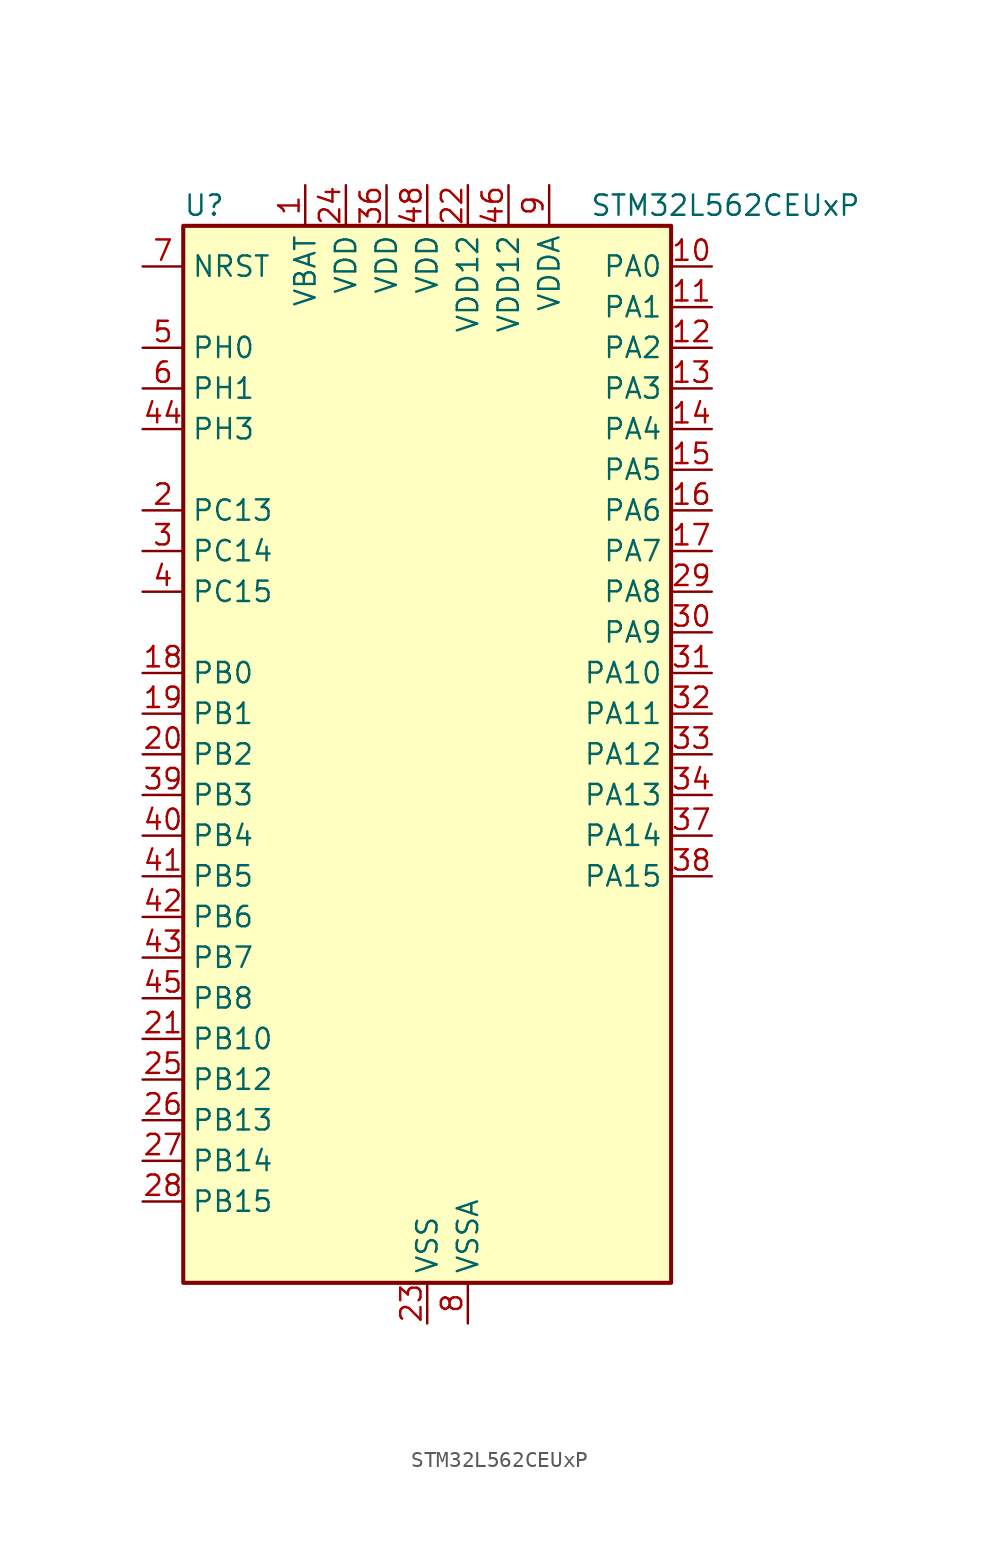
<source format=kicad_sym>
(kicad_symbol_lib
  (version 20220914)
  (generator kicad_symbol_editor)
  (symbol "STM32L562CEUxP"
    (property "Reference" "U"
      (at -15.24 34.29 0)
      (effects (font (size 1.27 1.27)) (justify left)))
    (property "Value" "STM32L562CEUxP"
      (at 10.16 34.29 0)
      (effects (font (size 1.27 1.27)) (justify left)))
    (property "ki_locked" ""
      (at 0 0 0)
      (effects (font (size 1.27 1.27))))
    (symbol "STM32L562CEUxP_0_1"
      (rectangle (start -15.24 -33.02) (end 15.24 33.02) (stroke (width 0.254) (type default)) (fill (type background))))
    (symbol "STM32L562CEUxP_1_1"
      (pin power_in line (at -7.62 35.56 270) (length 2.54) (name "VBAT" (effects (font (size 1.27 1.27)))) (number "1" (effects (font (size 1.27 1.27)))))
      (pin bidirectional line (at 17.78 30.48 180) (length 2.54) (name "PA0" (effects (font (size 1.27 1.27)))) (number "10" (effects (font (size 1.27 1.27)))) (alternate "ADC1_IN5" bidirectional line) (alternate "ADC2_IN5" bidirectional line) (alternate "OPAMP1_VINP" bidirectional line) (alternate "PWR_WKUP1" bidirectional line) (alternate "SAI1_EXTCLK" bidirectional line) (alternate "TAMP_IN2" bidirectional line) (alternate "TAMP_OUT1" bidirectional line) (alternate "TIM2_CH1" bidirectional line) (alternate "TIM2_ETR" bidirectional line) (alternate "TIM5_CH1" bidirectional line) (alternate "TIM8_ETR" bidirectional line) (alternate "UART4_TX" bidirectional line) (alternate "USART2_CTS" bidirectional line) (alternate "USART2_NSS" bidirectional line))
      (pin bidirectional line (at 17.78 27.94 180) (length 2.54) (name "PA1" (effects (font (size 1.27 1.27)))) (number "11" (effects (font (size 1.27 1.27)))) (alternate "ADC1_IN6" bidirectional line) (alternate "ADC2_IN6" bidirectional line) (alternate "I2C1_SMBA" bidirectional line) (alternate "OCTOSPI1_DQS" bidirectional line) (alternate "OPAMP1_VINM" bidirectional line) (alternate "SPI1_SCK" bidirectional line) (alternate "TAMP_IN5" bidirectional line) (alternate "TAMP_OUT4" bidirectional line) (alternate "TIM15_CH1N" bidirectional line) (alternate "TIM2_CH2" bidirectional line) (alternate "TIM5_CH2" bidirectional line) (alternate "UART4_RX" bidirectional line) (alternate "USART2_DE" bidirectional line) (alternate "USART2_RTS" bidirectional line))
      (pin bidirectional line (at 17.78 25.4 180) (length 2.54) (name "PA2" (effects (font (size 1.27 1.27)))) (number "12" (effects (font (size 1.27 1.27)))) (alternate "ADC1_IN7" bidirectional line) (alternate "ADC2_IN7" bidirectional line) (alternate "COMP1_INP" bidirectional line) (alternate "LPUART1_TX" bidirectional line) (alternate "OCTOSPI1_NCS" bidirectional line) (alternate "PWR_WKUP4" bidirectional line) (alternate "RCC_LSCO" bidirectional line) (alternate "SAI2_EXTCLK" bidirectional line) (alternate "TIM15_CH1" bidirectional line) (alternate "TIM2_CH3" bidirectional line) (alternate "TIM5_CH3" bidirectional line) (alternate "UCPD1_FRSTX1" bidirectional line) (alternate "USART2_TX" bidirectional line))
      (pin bidirectional line (at 17.78 22.86 180) (length 2.54) (name "PA3" (effects (font (size 1.27 1.27)))) (number "13" (effects (font (size 1.27 1.27)))) (alternate "ADC1_IN8" bidirectional line) (alternate "ADC2_IN8" bidirectional line) (alternate "LPUART1_RX" bidirectional line) (alternate "OCTOSPI1_CLK" bidirectional line) (alternate "OPAMP1_VOUT" bidirectional line) (alternate "SAI1_CK1" bidirectional line) (alternate "SAI1_MCLK_A" bidirectional line) (alternate "TIM15_CH2" bidirectional line) (alternate "TIM2_CH4" bidirectional line) (alternate "TIM5_CH4" bidirectional line) (alternate "USART2_RX" bidirectional line))
      (pin bidirectional line (at 17.78 20.32 180) (length 2.54) (name "PA4" (effects (font (size 1.27 1.27)))) (number "14" (effects (font (size 1.27 1.27)))) (alternate "ADC1_IN9" bidirectional line) (alternate "ADC2_IN9" bidirectional line) (alternate "DAC1_OUT1" bidirectional line) (alternate "LPTIM2_OUT" bidirectional line) (alternate "OCTOSPI1_NCS" bidirectional line) (alternate "SAI1_FS_B" bidirectional line) (alternate "SPI1_NSS" bidirectional line) (alternate "SPI3_NSS" bidirectional line) (alternate "USART2_CK" bidirectional line))
      (pin bidirectional line (at 17.78 17.78 180) (length 2.54) (name "PA5" (effects (font (size 1.27 1.27)))) (number "15" (effects (font (size 1.27 1.27)))) (alternate "ADC1_IN10" bidirectional line) (alternate "ADC2_IN10" bidirectional line) (alternate "DAC1_OUT2" bidirectional line) (alternate "LPTIM2_ETR" bidirectional line) (alternate "SPI1_SCK" bidirectional line) (alternate "TIM2_CH1" bidirectional line) (alternate "TIM2_ETR" bidirectional line) (alternate "TIM8_CH1N" bidirectional line))
      (pin bidirectional line (at 17.78 15.24 180) (length 2.54) (name "PA6" (effects (font (size 1.27 1.27)))) (number "16" (effects (font (size 1.27 1.27)))) (alternate "ADC1_IN11" bidirectional line) (alternate "ADC2_IN11" bidirectional line) (alternate "LPUART1_CTS" bidirectional line) (alternate "OCTOSPI1_IO3" bidirectional line) (alternate "OPAMP2_VINP" bidirectional line) (alternate "SPI1_MISO" bidirectional line) (alternate "TIM16_CH1" bidirectional line) (alternate "TIM1_BKIN" bidirectional line) (alternate "TIM3_CH1" bidirectional line) (alternate "TIM8_BKIN" bidirectional line) (alternate "USART3_CTS" bidirectional line) (alternate "USART3_NSS" bidirectional line))
      (pin bidirectional line (at 17.78 12.7 180) (length 2.54) (name "PA7" (effects (font (size 1.27 1.27)))) (number "17" (effects (font (size 1.27 1.27)))) (alternate "ADC1_IN12" bidirectional line) (alternate "ADC2_IN12" bidirectional line) (alternate "I2C3_SCL" bidirectional line) (alternate "OCTOSPI1_IO2" bidirectional line) (alternate "OPAMP2_VINM" bidirectional line) (alternate "SPI1_MOSI" bidirectional line) (alternate "TIM17_CH1" bidirectional line) (alternate "TIM1_CH1N" bidirectional line) (alternate "TIM3_CH2" bidirectional line) (alternate "TIM8_CH1N" bidirectional line))
      (pin bidirectional line (at -17.78 5.08 0) (length 2.54) (name "PB0" (effects (font (size 1.27 1.27)))) (number "18" (effects (font (size 1.27 1.27)))) (alternate "ADC1_IN15" bidirectional line) (alternate "ADC2_IN15" bidirectional line) (alternate "COMP1_OUT" bidirectional line) (alternate "OCTOSPI1_IO1" bidirectional line) (alternate "OPAMP2_VOUT" bidirectional line) (alternate "SAI1_EXTCLK" bidirectional line) (alternate "SPI1_NSS" bidirectional line) (alternate "TIM1_CH2N" bidirectional line) (alternate "TIM3_CH3" bidirectional line) (alternate "TIM8_CH2N" bidirectional line) (alternate "USART3_CK" bidirectional line))
      (pin bidirectional line (at -17.78 2.54 0) (length 2.54) (name "PB1" (effects (font (size 1.27 1.27)))) (number "19" (effects (font (size 1.27 1.27)))) (alternate "ADC1_IN16" bidirectional line) (alternate "ADC2_IN16" bidirectional line) (alternate "COMP1_INM" bidirectional line) (alternate "DFSDM1_DATIN0" bidirectional line) (alternate "LPTIM2_IN1" bidirectional line) (alternate "LPUART1_DE" bidirectional line) (alternate "LPUART1_RTS" bidirectional line) (alternate "OCTOSPI1_IO0" bidirectional line) (alternate "TIM1_CH3N" bidirectional line) (alternate "TIM3_CH4" bidirectional line) (alternate "TIM8_CH3N" bidirectional line) (alternate "USART3_DE" bidirectional line) (alternate "USART3_RTS" bidirectional line))
      (pin bidirectional line (at -17.78 15.24 0) (length 2.54) (name "PC13" (effects (font (size 1.27 1.27)))) (number "2" (effects (font (size 1.27 1.27)))) (alternate "PWR_WKUP2" bidirectional line) (alternate "RTC_OUT1" bidirectional line) (alternate "RTC_TS" bidirectional line) (alternate "TAMP_IN1" bidirectional line) (alternate "TAMP_OUT2" bidirectional line))
      (pin bidirectional line (at -17.78 0 0) (length 2.54) (name "PB2" (effects (font (size 1.27 1.27)))) (number "20" (effects (font (size 1.27 1.27)))) (alternate "COMP1_INP" bidirectional line) (alternate "DFSDM1_CKIN0" bidirectional line) (alternate "I2C3_SMBA" bidirectional line) (alternate "LPTIM1_OUT" bidirectional line) (alternate "OCTOSPI1_DQS" bidirectional line) (alternate "RTC_OUT2" bidirectional line) (alternate "UCPD1_FRSTX1" bidirectional line))
      (pin bidirectional line (at -17.78 -17.78 0) (length 2.54) (name "PB10" (effects (font (size 1.27 1.27)))) (number "21" (effects (font (size 1.27 1.27)))) (alternate "COMP1_OUT" bidirectional line) (alternate "I2C2_SCL" bidirectional line) (alternate "I2C4_SCL" bidirectional line) (alternate "LPTIM3_OUT" bidirectional line) (alternate "LPUART1_RX" bidirectional line) (alternate "OCTOSPI1_CLK" bidirectional line) (alternate "SAI1_SCK_A" bidirectional line) (alternate "SPI2_SCK" bidirectional line) (alternate "TIM2_CH3" bidirectional line) (alternate "TSC_SYNC" bidirectional line) (alternate "USART3_TX" bidirectional line))
      (pin power_in line (at 2.54 35.56 270) (length 2.54) (name "VDD12" (effects (font (size 1.27 1.27)))) (number "22" (effects (font (size 1.27 1.27)))))
      (pin power_in line (at 0 -35.56 90) (length 2.54) (name "VSS" (effects (font (size 1.27 1.27)))) (number "23" (effects (font (size 1.27 1.27)))))
      (pin power_in line (at -5.08 35.56 270) (length 2.54) (name "VDD" (effects (font (size 1.27 1.27)))) (number "24" (effects (font (size 1.27 1.27)))))
      (pin bidirectional line (at -17.78 -20.32 0) (length 2.54) (name "PB12" (effects (font (size 1.27 1.27)))) (number "25" (effects (font (size 1.27 1.27)))) (alternate "DFSDM1_DATIN1" bidirectional line) (alternate "I2C2_SMBA" bidirectional line) (alternate "LPUART1_DE" bidirectional line) (alternate "LPUART1_RTS" bidirectional line) (alternate "OCTOSPI1_NCLK" bidirectional line) (alternate "SAI2_FS_A" bidirectional line) (alternate "SPI2_NSS" bidirectional line) (alternate "TIM15_BKIN" bidirectional line) (alternate "TIM1_BKIN" bidirectional line) (alternate "TSC_G1_IO1" bidirectional line) (alternate "USART3_CK" bidirectional line))
      (pin bidirectional line (at -17.78 -22.86 0) (length 2.54) (name "PB13" (effects (font (size 1.27 1.27)))) (number "26" (effects (font (size 1.27 1.27)))) (alternate "DFSDM1_CKIN1" bidirectional line) (alternate "I2C2_SCL" bidirectional line) (alternate "LPTIM3_IN1" bidirectional line) (alternate "LPUART1_CTS" bidirectional line) (alternate "SAI2_SCK_A" bidirectional line) (alternate "SPI2_SCK" bidirectional line) (alternate "TIM15_CH1N" bidirectional line) (alternate "TIM1_CH1N" bidirectional line) (alternate "TSC_G1_IO2" bidirectional line) (alternate "UCPD1_FRSTX2" bidirectional line) (alternate "USART3_CTS" bidirectional line) (alternate "USART3_NSS" bidirectional line))
      (pin bidirectional line (at -17.78 -25.4 0) (length 2.54) (name "PB14" (effects (font (size 1.27 1.27)))) (number "27" (effects (font (size 1.27 1.27)))) (alternate "DFSDM1_DATIN2" bidirectional line) (alternate "I2C2_SDA" bidirectional line) (alternate "LPTIM3_ETR" bidirectional line) (alternate "SAI2_MCLK_A" bidirectional line) (alternate "SPI2_MISO" bidirectional line) (alternate "TIM15_CH1" bidirectional line) (alternate "TIM1_CH2N" bidirectional line) (alternate "TIM8_CH2N" bidirectional line) (alternate "TSC_G1_IO3" bidirectional line) (alternate "UCPD1_DBCC2" bidirectional line) (alternate "USART3_DE" bidirectional line) (alternate "USART3_RTS" bidirectional line))
      (pin bidirectional line (at -17.78 -27.94 0) (length 2.54) (name "PB15" (effects (font (size 1.27 1.27)))) (number "28" (effects (font (size 1.27 1.27)))) (alternate "ADC1_EXTI15" bidirectional line) (alternate "ADC2_EXTI15" bidirectional line) (alternate "DFSDM1_CKIN2" bidirectional line) (alternate "RTC_REFIN" bidirectional line) (alternate "SAI2_SD_A" bidirectional line) (alternate "SPI2_MOSI" bidirectional line) (alternate "TIM15_CH2" bidirectional line) (alternate "TIM1_CH3N" bidirectional line) (alternate "TIM8_CH3N" bidirectional line) (alternate "UCPD1_CC2" bidirectional line))
      (pin bidirectional line (at 17.78 10.16 180) (length 2.54) (name "PA8" (effects (font (size 1.27 1.27)))) (number "29" (effects (font (size 1.27 1.27)))) (alternate "LPTIM2_OUT" bidirectional line) (alternate "RCC_MCO" bidirectional line) (alternate "SAI1_CK2" bidirectional line) (alternate "SAI1_SCK_A" bidirectional line) (alternate "TIM1_CH1" bidirectional line) (alternate "USART1_CK" bidirectional line))
      (pin bidirectional line (at -17.78 12.7 0) (length 2.54) (name "PC14" (effects (font (size 1.27 1.27)))) (number "3" (effects (font (size 1.27 1.27)))) (alternate "RCC_OSC32_IN" bidirectional line))
      (pin bidirectional line (at 17.78 7.62 180) (length 2.54) (name "PA9" (effects (font (size 1.27 1.27)))) (number "30" (effects (font (size 1.27 1.27)))) (alternate "DAC1_EXTI9" bidirectional line) (alternate "SAI1_FS_A" bidirectional line) (alternate "SPI2_SCK" bidirectional line) (alternate "TIM15_BKIN" bidirectional line) (alternate "TIM1_CH2" bidirectional line) (alternate "USART1_TX" bidirectional line))
      (pin bidirectional line (at 17.78 5.08 180) (length 2.54) (name "PA10" (effects (font (size 1.27 1.27)))) (number "31" (effects (font (size 1.27 1.27)))) (alternate "CRS_SYNC" bidirectional line) (alternate "SAI1_D1" bidirectional line) (alternate "SAI1_SD_A" bidirectional line) (alternate "TIM17_BKIN" bidirectional line) (alternate "TIM1_CH3" bidirectional line) (alternate "USART1_RX" bidirectional line))
      (pin bidirectional line (at 17.78 2.54 180) (length 2.54) (name "PA11" (effects (font (size 1.27 1.27)))) (number "32" (effects (font (size 1.27 1.27)))) (alternate "ADC1_EXTI11" bidirectional line) (alternate "ADC2_EXTI11" bidirectional line) (alternate "FDCAN1_RX" bidirectional line) (alternate "SPI1_MISO" bidirectional line) (alternate "TIM1_BKIN2" bidirectional line) (alternate "TIM1_CH4" bidirectional line) (alternate "USART1_CTS" bidirectional line) (alternate "USART1_NSS" bidirectional line) (alternate "USB_DM" bidirectional line))
      (pin bidirectional line (at 17.78 0 180) (length 2.54) (name "PA12" (effects (font (size 1.27 1.27)))) (number "33" (effects (font (size 1.27 1.27)))) (alternate "FDCAN1_TX" bidirectional line) (alternate "SPI1_MOSI" bidirectional line) (alternate "TIM1_ETR" bidirectional line) (alternate "USART1_DE" bidirectional line) (alternate "USART1_RTS" bidirectional line) (alternate "USB_DP" bidirectional line))
      (pin bidirectional line (at 17.78 -2.54 180) (length 2.54) (name "PA13" (effects (font (size 1.27 1.27)))) (number "34" (effects (font (size 1.27 1.27)))) (alternate "DEBUG_JTMS-SWDIO" bidirectional line) (alternate "IR_OUT" bidirectional line) (alternate "SAI1_SD_B" bidirectional line) (alternate "USB_NOE" bidirectional line))
      (pin passive line (at 0 -35.56 90) (length 2.54) hide (name "VSS" (effects (font (size 1.27 1.27)))) (number "35" (effects (font (size 1.27 1.27)))))
      (pin power_in line (at -2.54 35.56 270) (length 2.54) (name "VDD" (effects (font (size 1.27 1.27)))) (number "36" (effects (font (size 1.27 1.27)))))
      (pin bidirectional line (at 17.78 -5.08 180) (length 2.54) (name "PA14" (effects (font (size 1.27 1.27)))) (number "37" (effects (font (size 1.27 1.27)))) (alternate "DEBUG_JTCK-SWCLK" bidirectional line) (alternate "I2C1_SMBA" bidirectional line) (alternate "I2C4_SMBA" bidirectional line) (alternate "LPTIM1_OUT" bidirectional line) (alternate "SAI1_FS_B" bidirectional line))
      (pin bidirectional line (at 17.78 -7.62 180) (length 2.54) (name "PA15" (effects (font (size 1.27 1.27)))) (number "38" (effects (font (size 1.27 1.27)))) (alternate "ADC1_EXTI15" bidirectional line) (alternate "ADC2_EXTI15" bidirectional line) (alternate "DEBUG_JTDI" bidirectional line) (alternate "SAI2_FS_B" bidirectional line) (alternate "SPI1_NSS" bidirectional line) (alternate "SPI3_NSS" bidirectional line) (alternate "TIM2_CH1" bidirectional line) (alternate "TIM2_ETR" bidirectional line) (alternate "UART4_DE" bidirectional line) (alternate "UART4_RTS" bidirectional line) (alternate "UCPD1_CC1" bidirectional line) (alternate "USART2_RX" bidirectional line) (alternate "USART3_DE" bidirectional line) (alternate "USART3_RTS" bidirectional line))
      (pin bidirectional line (at -17.78 -2.54 0) (length 2.54) (name "PB3" (effects (font (size 1.27 1.27)))) (number "39" (effects (font (size 1.27 1.27)))) (alternate "COMP2_INM" bidirectional line) (alternate "CRS_SYNC" bidirectional line) (alternate "DEBUG_JTDO-SWO" bidirectional line) (alternate "SAI1_SCK_B" bidirectional line) (alternate "SPI1_SCK" bidirectional line) (alternate "SPI3_SCK" bidirectional line) (alternate "TIM2_CH2" bidirectional line) (alternate "USART1_DE" bidirectional line) (alternate "USART1_RTS" bidirectional line))
      (pin bidirectional line (at -17.78 10.16 0) (length 2.54) (name "PC15" (effects (font (size 1.27 1.27)))) (number "4" (effects (font (size 1.27 1.27)))) (alternate "ADC1_EXTI15" bidirectional line) (alternate "ADC2_EXTI15" bidirectional line) (alternate "RCC_OSC32_OUT" bidirectional line))
      (pin bidirectional line (at -17.78 -5.08 0) (length 2.54) (name "PB4" (effects (font (size 1.27 1.27)))) (number "40" (effects (font (size 1.27 1.27)))) (alternate "COMP2_INP" bidirectional line) (alternate "DEBUG_JTRST" bidirectional line) (alternate "I2C3_SDA" bidirectional line) (alternate "SAI1_MCLK_B" bidirectional line) (alternate "SPI1_MISO" bidirectional line) (alternate "SPI3_MISO" bidirectional line) (alternate "TIM17_BKIN" bidirectional line) (alternate "TIM3_CH1" bidirectional line) (alternate "TSC_G2_IO1" bidirectional line) (alternate "USART1_CTS" bidirectional line) (alternate "USART1_NSS" bidirectional line))
      (pin bidirectional line (at -17.78 -7.62 0) (length 2.54) (name "PB5" (effects (font (size 1.27 1.27)))) (number "41" (effects (font (size 1.27 1.27)))) (alternate "COMP2_OUT" bidirectional line) (alternate "I2C1_SMBA" bidirectional line) (alternate "LPTIM1_IN1" bidirectional line) (alternate "OCTOSPI1_NCLK" bidirectional line) (alternate "SAI1_SD_B" bidirectional line) (alternate "SPI1_MOSI" bidirectional line) (alternate "SPI3_MOSI" bidirectional line) (alternate "TIM16_BKIN" bidirectional line) (alternate "TIM3_CH2" bidirectional line) (alternate "TSC_G2_IO2" bidirectional line) (alternate "UCPD1_DBCC1" bidirectional line) (alternate "USART1_CK" bidirectional line))
      (pin bidirectional line (at -17.78 -10.16 0) (length 2.54) (name "PB6" (effects (font (size 1.27 1.27)))) (number "42" (effects (font (size 1.27 1.27)))) (alternate "COMP2_INP" bidirectional line) (alternate "I2C1_SCL" bidirectional line) (alternate "I2C4_SCL" bidirectional line) (alternate "LPTIM1_ETR" bidirectional line) (alternate "SAI1_FS_B" bidirectional line) (alternate "TIM16_CH1N" bidirectional line) (alternate "TIM4_CH1" bidirectional line) (alternate "TIM8_BKIN2" bidirectional line) (alternate "TSC_G2_IO3" bidirectional line) (alternate "USART1_TX" bidirectional line))
      (pin bidirectional line (at -17.78 -12.7 0) (length 2.54) (name "PB7" (effects (font (size 1.27 1.27)))) (number "43" (effects (font (size 1.27 1.27)))) (alternate "COMP2_INM" bidirectional line) (alternate "I2C1_SDA" bidirectional line) (alternate "I2C4_SDA" bidirectional line) (alternate "LPTIM1_IN2" bidirectional line) (alternate "PWR_PVD_IN" bidirectional line) (alternate "TIM17_CH1N" bidirectional line) (alternate "TIM4_CH2" bidirectional line) (alternate "TIM8_BKIN" bidirectional line) (alternate "TSC_G2_IO4" bidirectional line) (alternate "UART4_CTS" bidirectional line) (alternate "USART1_RX" bidirectional line))
      (pin bidirectional line (at -17.78 20.32 0) (length 2.54) (name "PH3" (effects (font (size 1.27 1.27)))) (number "44" (effects (font (size 1.27 1.27)))))
      (pin bidirectional line (at -17.78 -15.24 0) (length 2.54) (name "PB8" (effects (font (size 1.27 1.27)))) (number "45" (effects (font (size 1.27 1.27)))) (alternate "DFSDM1_CKOUT" bidirectional line) (alternate "FDCAN1_RX" bidirectional line) (alternate "I2C1_SCL" bidirectional line) (alternate "SAI1_CK1" bidirectional line) (alternate "SAI1_MCLK_A" bidirectional line) (alternate "TIM16_CH1" bidirectional line) (alternate "TIM4_CH3" bidirectional line))
      (pin power_in line (at 5.08 35.56 270) (length 2.54) (name "VDD12" (effects (font (size 1.27 1.27)))) (number "46" (effects (font (size 1.27 1.27)))))
      (pin passive line (at 0 -35.56 90) (length 2.54) hide (name "VSS" (effects (font (size 1.27 1.27)))) (number "47" (effects (font (size 1.27 1.27)))))
      (pin power_in line (at 0 35.56 270) (length 2.54) (name "VDD" (effects (font (size 1.27 1.27)))) (number "48" (effects (font (size 1.27 1.27)))))
      (pin passive line (at 0 -35.56 90) (length 2.54) hide (name "VSS" (effects (font (size 1.27 1.27)))) (number "49" (effects (font (size 1.27 1.27)))))
      (pin bidirectional line (at -17.78 25.4 0) (length 2.54) (name "PH0" (effects (font (size 1.27 1.27)))) (number "5" (effects (font (size 1.27 1.27)))) (alternate "RCC_OSC_IN" bidirectional line))
      (pin bidirectional line (at -17.78 22.86 0) (length 2.54) (name "PH1" (effects (font (size 1.27 1.27)))) (number "6" (effects (font (size 1.27 1.27)))) (alternate "RCC_OSC_OUT" bidirectional line))
      (pin input line (at -17.78 30.48 0) (length 2.54) (name "NRST" (effects (font (size 1.27 1.27)))) (number "7" (effects (font (size 1.27 1.27)))))
      (pin power_in line (at 2.54 -35.56 90) (length 2.54) (name "VSSA" (effects (font (size 1.27 1.27)))) (number "8" (effects (font (size 1.27 1.27)))))
      (pin power_in line (at 7.62 35.56 270) (length 2.54) (name "VDDA" (effects (font (size 1.27 1.27)))) (number "9" (effects (font (size 1.27 1.27))))))))
</source>
